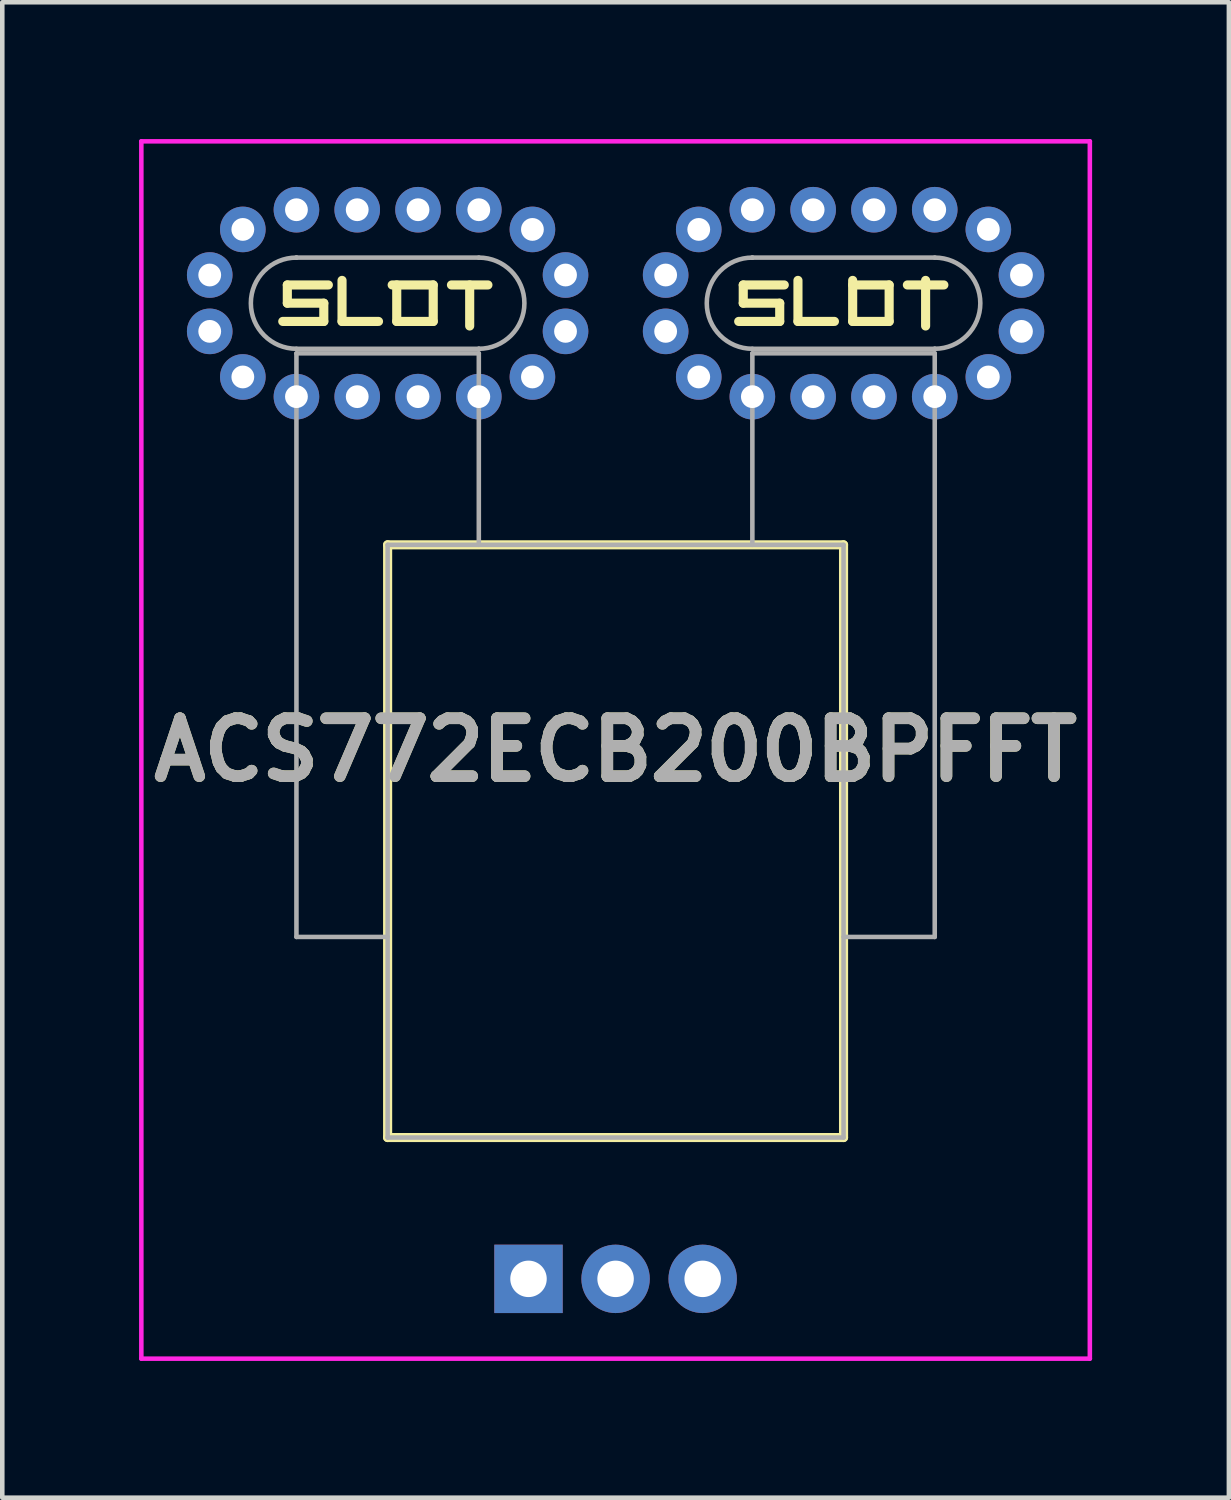
<source format=kicad_pcb>
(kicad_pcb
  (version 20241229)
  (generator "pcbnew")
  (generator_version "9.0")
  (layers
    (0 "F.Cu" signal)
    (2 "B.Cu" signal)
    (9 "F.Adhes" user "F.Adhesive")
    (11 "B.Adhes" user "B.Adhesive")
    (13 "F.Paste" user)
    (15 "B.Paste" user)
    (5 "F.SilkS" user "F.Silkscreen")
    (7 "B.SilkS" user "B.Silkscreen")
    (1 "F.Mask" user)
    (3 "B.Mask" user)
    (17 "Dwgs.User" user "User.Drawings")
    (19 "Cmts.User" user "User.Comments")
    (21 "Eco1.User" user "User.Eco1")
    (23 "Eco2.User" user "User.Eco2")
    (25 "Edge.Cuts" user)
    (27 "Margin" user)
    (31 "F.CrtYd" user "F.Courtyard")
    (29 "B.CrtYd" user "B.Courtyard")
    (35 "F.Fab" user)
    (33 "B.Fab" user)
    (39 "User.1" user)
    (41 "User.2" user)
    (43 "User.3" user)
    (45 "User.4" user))
  (footprint "ACS772ECB200BPFFT"
    (layer "F.Cu")
    (at 8.542 25)
    (property "Reference" "ACS772ECB200BPFFT" (at 1.91 -11.6 0) (layer "F.SilkS") (effects (font (size 1.27 1.27) (thickness 0.254))))
    (attr through_hole)
    (fp_line (start -5.29 -21.8) (end -5.29 -21.4) (stroke (width 0.2) (type solid)) (layer "F.SilkS"))
    (fp_line (start -5.29 -21.4) (end -4.49 -21.4) (stroke (width 0.2) (type solid)) (layer "F.SilkS"))
    (fp_line (start -4.49 -21.4) (end -4.49 -21) (stroke (width 0.2) (type solid)) (layer "F.SilkS"))
    (fp_line (start -4.49 -21) (end -5.39 -21) (stroke (width 0.2) (type solid)) (layer "F.SilkS"))
    (fp_line (start -4.39 -21.8) (end -5.29 -21.8) (stroke (width 0.2) (type solid)) (layer "F.SilkS"))
    (fp_line (start -4.09 -21.9) (end -4.09 -21) (stroke (width 0.2) (type solid)) (layer "F.SilkS"))
    (fp_line (start -4.09 -21) (end -3.29 -21) (stroke (width 0.2) (type solid)) (layer "F.SilkS"))
    (fp_line (start -3.09 -16.1) (end 6.91 -16.1) (stroke (width 0.2) (type solid)) (layer "F.SilkS"))
    (fp_line (start -3.09 -3.1) (end -3.09 -16.1) (stroke (width 0.2) (type solid)) (layer "F.SilkS"))
    (fp_line (start -2.89 -21.8) (end -2.89 -21) (stroke (width 0.2) (type solid)) (layer "F.SilkS"))
    (fp_line (start -2.89 -21) (end -2.09 -21) (stroke (width 0.2) (type solid)) (layer "F.SilkS"))
    (fp_line (start -2.09 -21.8) (end -2.99 -21.8) (stroke (width 0.2) (type solid)) (layer "F.SilkS"))
    (fp_line (start -2.09 -21) (end -2.09 -21.8) (stroke (width 0.2) (type solid)) (layer "F.SilkS"))
    (fp_line (start -1.69 -21.8) (end -0.89 -21.8) (stroke (width 0.2) (type solid)) (layer "F.SilkS"))
    (fp_line (start -1.29 -21.8) (end -1.29 -20.9) (stroke (width 0.2) (type solid)) (layer "F.SilkS"))
    (fp_line (start 4.71 -21.8) (end 4.71 -21.4) (stroke (width 0.2) (type solid)) (layer "F.SilkS"))
    (fp_line (start 4.71 -21.4) (end 5.51 -21.4) (stroke (width 0.2) (type solid)) (layer "F.SilkS"))
    (fp_line (start 5.51 -21.4) (end 5.51 -21) (stroke (width 0.2) (type solid)) (layer "F.SilkS"))
    (fp_line (start 5.51 -21) (end 4.61 -21) (stroke (width 0.2) (type solid)) (layer "F.SilkS"))
    (fp_line (start 5.61 -21.8) (end 4.71 -21.8) (stroke (width 0.2) (type solid)) (layer "F.SilkS"))
    (fp_line (start 5.91 -21.9) (end 5.91 -21) (stroke (width 0.2) (type solid)) (layer "F.SilkS"))
    (fp_line (start 5.91 -21) (end 6.71 -21) (stroke (width 0.2) (type solid)) (layer "F.SilkS"))
    (fp_line (start 6.91 -16.1) (end 6.91 -3.1) (stroke (width 0.2) (type solid)) (layer "F.SilkS"))
    (fp_line (start 6.91 -3.1) (end -3.09 -3.1) (stroke (width 0.2) (type solid)) (layer "F.SilkS"))
    (fp_line (start 7.11 -21.9) (end 7.11 -21) (stroke (width 0.2) (type solid)) (layer "F.SilkS"))
    (fp_line (start 7.11 -21) (end 7.91 -21) (stroke (width 0.2) (type solid)) (layer "F.SilkS"))
    (fp_line (start 7.91 -21.8) (end 7.11 -21.8) (stroke (width 0.2) (type solid)) (layer "F.SilkS"))
    (fp_line (start 7.91 -21) (end 7.91 -21.8) (stroke (width 0.2) (type solid)) (layer "F.SilkS"))
    (fp_line (start 8.31 -21.8) (end 9.11 -21.8) (stroke (width 0.2) (type solid)) (layer "F.SilkS"))
    (fp_line (start 8.71 -21.9) (end 8.71 -20.9) (stroke (width 0.2) (type solid)) (layer "F.SilkS"))
    (fp_line (start -8.492 -24.95) (end 12.312 -24.95) (stroke (width 0.1) (type solid)) (layer "F.CrtYd"))
    (fp_line (start -8.492 1.75) (end -8.492 -24.95) (stroke (width 0.1) (type solid)) (layer "F.CrtYd"))
    (fp_line (start 12.312 -24.95) (end 12.312 1.75) (stroke (width 0.1) (type solid)) (layer "F.CrtYd"))
    (fp_line (start 12.312 1.75) (end -8.492 1.75) (stroke (width 0.1) (type solid)) (layer "F.CrtYd"))
    (fp_line (start -5.09 -22.4) (end -5.09 -22.4) (stroke (width 0.1) (type solid)) (layer "F.Fab"))
    (fp_line (start -5.09 -20.4) (end -1.09 -20.4) (stroke (width 0.1) (type solid)) (layer "F.Fab"))
    (fp_line (start -5.09 -20.3) (end -1.09 -20.3) (stroke (width 0.1) (type solid)) (layer "F.Fab"))
    (fp_line (start -5.09 -7.5) (end -5.09 -20.3) (stroke (width 0.1) (type solid)) (layer "F.Fab"))
    (fp_line (start -3.09 -16.1) (end 6.91 -16.1) (stroke (width 0.1) (type solid)) (layer "F.Fab"))
    (fp_line (start -3.09 -7.5) (end -5.09 -7.5) (stroke (width 0.1) (type solid)) (layer "F.Fab"))
    (fp_line (start -3.09 -3.1) (end -3.09 -16.1) (stroke (width 0.1) (type solid)) (layer "F.Fab"))
    (fp_line (start -1.09 -22.4) (end -5.09 -22.4) (stroke (width 0.1) (type solid)) (layer "F.Fab"))
    (fp_line (start -1.09 -20.4) (end -1.09 -20.4) (stroke (width 0.1) (type solid)) (layer "F.Fab"))
    (fp_line (start -1.09 -20.3) (end -1.09 -16.1) (stroke (width 0.1) (type solid)) (layer "F.Fab"))
    (fp_line (start 4.91 -22.4) (end 4.91 -22.4) (stroke (width 0.1) (type solid)) (layer "F.Fab"))
    (fp_line (start 4.91 -20.4) (end 8.91 -20.4) (stroke (width 0.1) (type solid)) (layer "F.Fab"))
    (fp_line (start 4.91 -20.3) (end 4.91 -16.1) (stroke (width 0.1) (type solid)) (layer "F.Fab"))
    (fp_line (start 6.91 -16.1) (end 6.91 -3.1) (stroke (width 0.1) (type solid)) (layer "F.Fab"))
    (fp_line (start 6.91 -7.5) (end 8.91 -7.5) (stroke (width 0.1) (type solid)) (layer "F.Fab"))
    (fp_line (start 6.91 -3.1) (end -3.09 -3.1) (stroke (width 0.1) (type solid)) (layer "F.Fab"))
    (fp_line (start 8.91 -22.4) (end 4.91 -22.4) (stroke (width 0.1) (type solid)) (layer "F.Fab"))
    (fp_line (start 8.91 -20.4) (end 8.91 -20.4) (stroke (width 0.1) (type solid)) (layer "F.Fab"))
    (fp_line (start 8.91 -20.3) (end 4.91 -20.3) (stroke (width 0.1) (type solid)) (layer "F.Fab"))
    (fp_line (start 8.91 -7.5) (end 8.91 -20.3) (stroke (width 0.1) (type solid)) (layer "F.Fab"))
    (fp_arc (start -5.09 -20.4) (mid -6.09 -21.4) (end -5.09 -22.4) (stroke (width 0.1) (type solid)) (layer "F.Fab"))
    (fp_arc (start -1.09 -22.4) (mid -0.09 -21.4) (end -1.09 -20.4) (stroke (width 0.1) (type solid)) (layer "F.Fab"))
    (fp_arc (start 4.91 -20.4) (mid 3.91 -21.4) (end 4.91 -22.4) (stroke (width 0.1) (type solid)) (layer "F.Fab"))
    (fp_arc (start 8.91 -22.4) (mid 9.91 -21.4) (end 8.91 -20.4) (stroke (width 0.1) (type solid)) (layer "F.Fab"))
    (fp_text user "${REFERENCE}" (at 1.91 -11.6 0) (layer "F.Fab") (effects (font (size 1.27 1.27) (thickness 0.254))))
    (pad "1" thru_hole rect (at 0 0) (size 1.5 1.5) (drill 0.8) (layers "*.Cu" "*.Mask"))
    (pad "2" thru_hole circle (at 1.91 0) (size 1.5 1.5) (drill 0.8) (layers "*.Cu" "*.Mask"))
    (pad "3" thru_hole circle (at 3.82 0) (size 1.5 1.5) (drill 0.8) (layers "*.Cu" "*.Mask"))
    (pad "4" thru_hole circle (at 3.008 -22.018) (size 1 1) (drill 0.5) (layers "*.Cu" "*.Mask"))
    (pad "5" thru_hole circle (at 0.812 -22.018) (size 1 1) (drill 0.5) (layers "*.Cu" "*.Mask"))
    (pad "6" thru_hole circle (at 0.812 -20.782) (size 1 1) (drill 0.5) (layers "*.Cu" "*.Mask"))
    (pad "7" thru_hole circle (at 0.086 -19.782) (size 1 1) (drill 0.5) (layers "*.Cu" "*.Mask"))
    (pad "8" thru_hole circle (at -1.09 -19.35) (size 1 1) (drill 0.5) (layers "*.Cu" "*.Mask"))
    (pad "9" thru_hole circle (at -2.423 -19.35) (size 1 1) (drill 0.5) (layers "*.Cu" "*.Mask"))
    (pad "10" thru_hole circle (at -3.757 -19.35) (size 1 1) (drill 0.5) (layers "*.Cu" "*.Mask"))
    (pad "11" thru_hole circle (at -5.09 -19.35) (size 1 1) (drill 0.5) (layers "*.Cu" "*.Mask"))
    (pad "12" thru_hole circle (at -6.266 -19.782) (size 1 1) (drill 0.5) (layers "*.Cu" "*.Mask"))
    (pad "13" thru_hole circle (at -6.992 -20.782) (size 1 1) (drill 0.5) (layers "*.Cu" "*.Mask"))
    (pad "14" thru_hole circle (at -6.992 -22.018) (size 1 1) (drill 0.5) (layers "*.Cu" "*.Mask"))
    (pad "15" thru_hole circle (at -6.266 -23.018) (size 1 1) (drill 0.5) (layers "*.Cu" "*.Mask"))
    (pad "16" thru_hole circle (at -5.09 -23.45) (size 1 1) (drill 0.5) (layers "*.Cu" "*.Mask"))
    (pad "17" thru_hole circle (at -3.757 -23.45) (size 1 1) (drill 0.5) (layers "*.Cu" "*.Mask"))
    (pad "18" thru_hole circle (at -2.423 -23.45) (size 1 1) (drill 0.5) (layers "*.Cu" "*.Mask"))
    (pad "19" thru_hole circle (at -1.09 -23.45) (size 1 1) (drill 0.5) (layers "*.Cu" "*.Mask"))
    (pad "20" thru_hole circle (at 0.086 -23.018) (size 1 1) (drill 0.5) (layers "*.Cu" "*.Mask"))
    (pad "21" thru_hole circle (at 3.008 -20.782) (size 1 1) (drill 0.5) (layers "*.Cu" "*.Mask"))
    (pad "22" thru_hole circle (at 3.734 -19.782) (size 1 1) (drill 0.5) (layers "*.Cu" "*.Mask"))
    (pad "23" thru_hole circle (at 4.91 -19.35) (size 1 1) (drill 0.5) (layers "*.Cu" "*.Mask"))
    (pad "24" thru_hole circle (at 6.243 -19.35) (size 1 1) (drill 0.5) (layers "*.Cu" "*.Mask"))
    (pad "25" thru_hole circle (at 7.577 -19.35) (size 1 1) (drill 0.5) (layers "*.Cu" "*.Mask"))
    (pad "26" thru_hole circle (at 8.91 -19.35) (size 1 1) (drill 0.5) (layers "*.Cu" "*.Mask"))
    (pad "27" thru_hole circle (at 10.086 -19.782) (size 1 1) (drill 0.5) (layers "*.Cu" "*.Mask"))
    (pad "28" thru_hole circle (at 10.812 -20.782) (size 1 1) (drill 0.5) (layers "*.Cu" "*.Mask"))
    (pad "29" thru_hole circle (at 10.812 -22.018) (size 1 1) (drill 0.5) (layers "*.Cu" "*.Mask"))
    (pad "30" thru_hole circle (at 10.086 -23.018) (size 1 1) (drill 0.5) (layers "*.Cu" "*.Mask"))
    (pad "31" thru_hole circle (at 8.91 -23.45) (size 1 1) (drill 0.5) (layers "*.Cu" "*.Mask"))
    (pad "32" thru_hole circle (at 7.577 -23.45) (size 1 1) (drill 0.5) (layers "*.Cu" "*.Mask"))
    (pad "33" thru_hole circle (at 6.243 -23.45) (size 1 1) (drill 0.5) (layers "*.Cu" "*.Mask"))
    (pad "34" thru_hole circle (at 4.91 -23.45) (size 1 1) (drill 0.5) (layers "*.Cu" "*.Mask"))
    (pad "35" thru_hole circle (at 3.734 -23.018) (size 1 1) (drill 0.5) (layers "*.Cu" "*.Mask")))
  (gr_rect
    (start -3 -3)
    (end 23.904 29.8)
    (stroke (width 0.1) (type default))
    (fill no)
    (layer "Edge.Cuts")))
</source>
